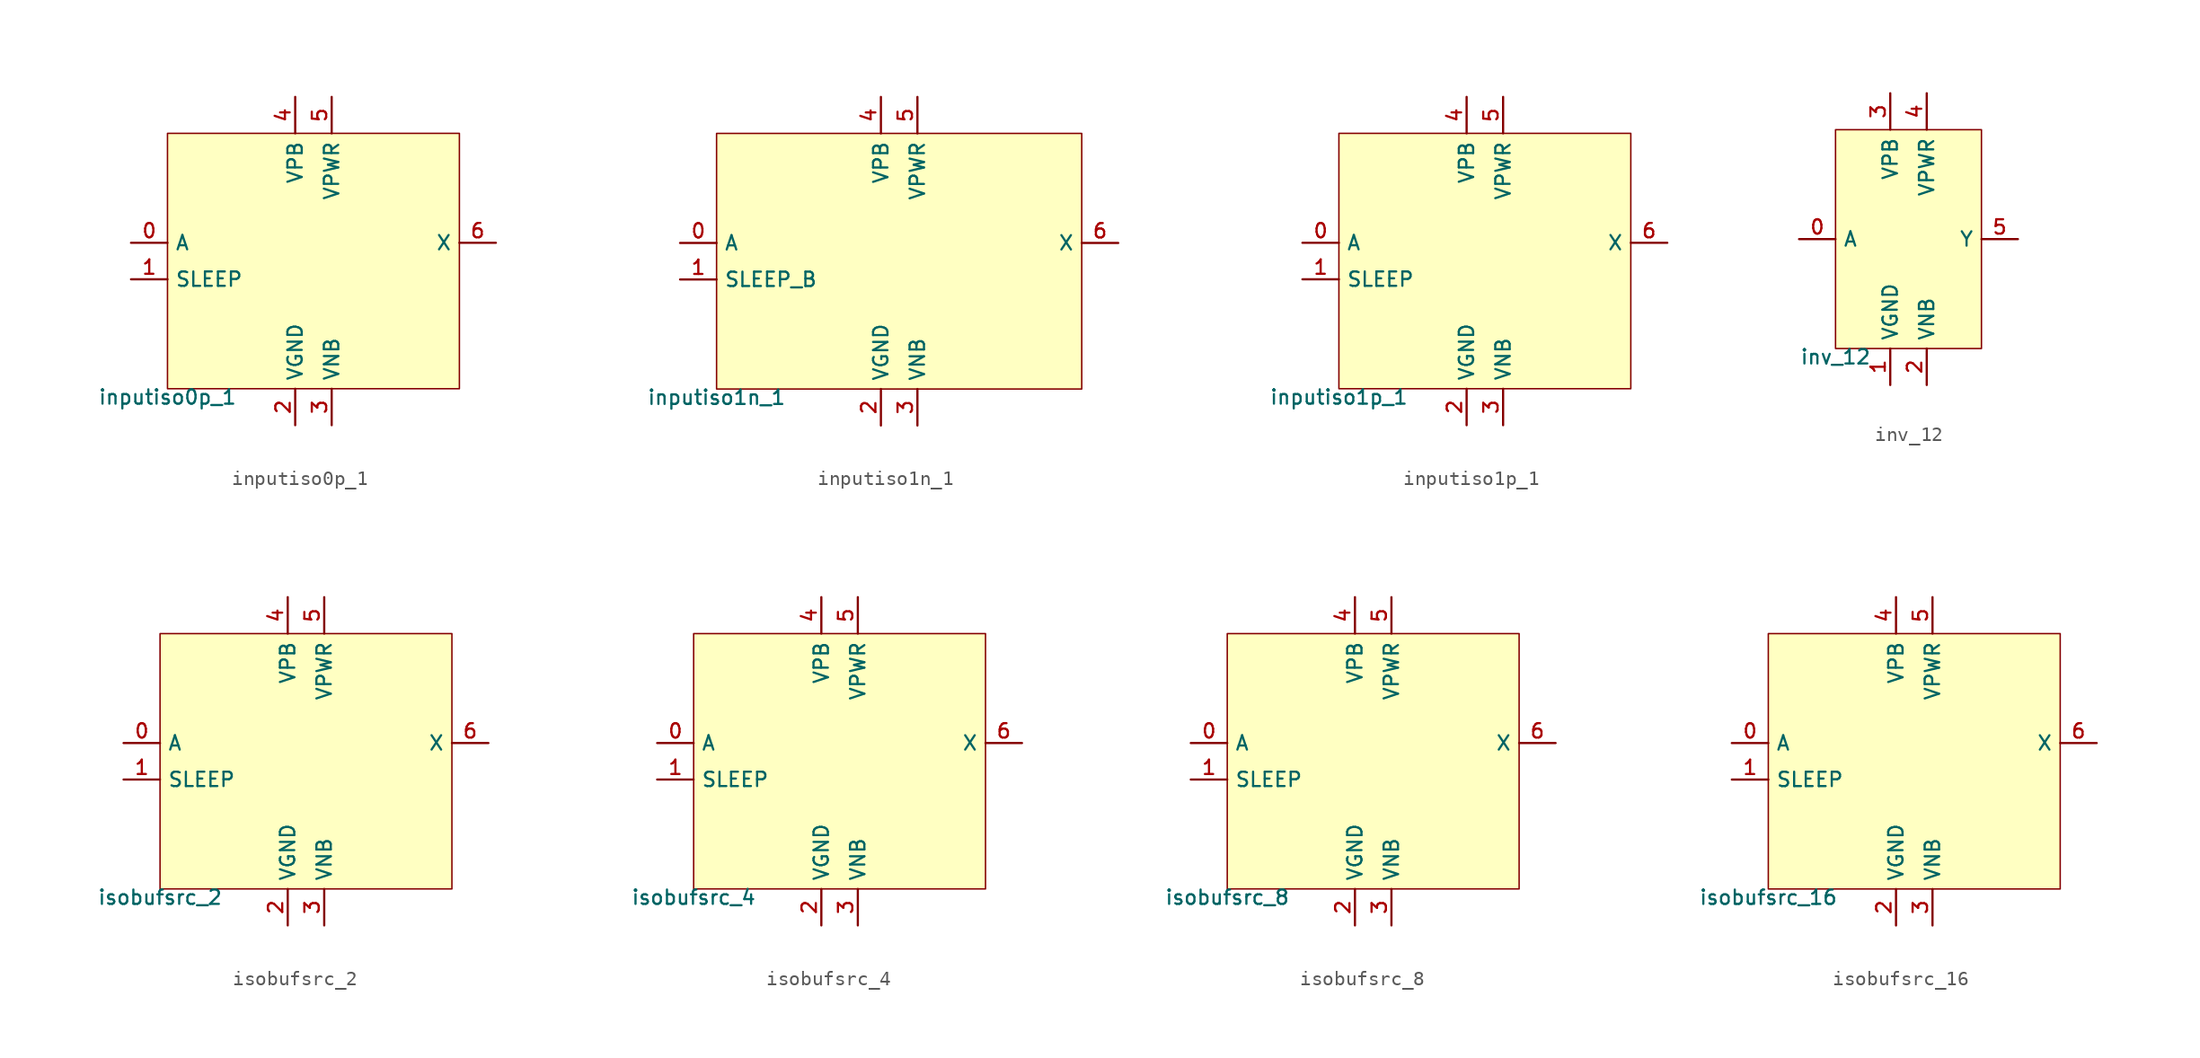
<source format=kicad_sym>
(kicad_symbol_lib
  (version 20211014)
  (generator lef2kicad_sym)
  (symbol "inputiso0p_1"
    (property "Reference" "CELL"
      (at 0 0 0)
      (effects (font (size 1 1)) hide))
    (property "Value" "inputiso0p_1"
      (at -10.16 -8.89 0)
      (effects (font (size 1 1)) (justify top)))
    (rectangle
      (start -10.16 -8.89)
      (end 10.16 8.89)
      (stroke (width 0.1) (type solid) (color 0 0 0 0))
      (fill (type background)))
    (pin input line
      (at -12.7 1.27 0)
      (length 2.54)
      (name "A" (effects (font (size 1 1)) hide))
      (number "0" (effects (font (size 1 1)) hide)))
    (pin input line
      (at -12.7 -1.27 0)
      (length 2.54)
      (name "SLEEP" (effects (font (size 1 1)) hide))
      (number "1" (effects (font (size 1 1)) hide)))
    (pin power_in line
      (at -1.27 -11.43 90)
      (length 2.54)
      (name "VGND" (effects (font (size 1 1)) hide))
      (number "2" (effects (font (size 1 1)) hide)))
    (pin power_in line
      (at 1.27 -11.43 90)
      (length 2.54)
      (name "VNB" (effects (font (size 1 1)) hide))
      (number "3" (effects (font (size 1 1)) hide)))
    (pin power_in line
      (at -1.27 11.43 270)
      (length 2.54)
      (name "VPB" (effects (font (size 1 1)) hide))
      (number "4" (effects (font (size 1 1)) hide)))
    (pin power_in line
      (at 1.27 11.43 270)
      (length 2.54)
      (name "VPWR" (effects (font (size 1 1)) hide))
      (number "5" (effects (font (size 1 1)) hide)))
    (pin output line
      (at 12.7 1.27 180)
      (length 2.54)
      (name "X" (effects (font (size 1 1)) hide))
      (number "6" (effects (font (size 1 1)) hide))))
  (symbol "inputiso1n_1"
    (property "Reference" "CELL"
      (at 0 0 0)
      (effects (font (size 1 1)) hide))
    (property "Value" "inputiso1n_1"
      (at -12.7 -8.89 0)
      (effects (font (size 1 1)) (justify top)))
    (rectangle
      (start -12.7 -8.89)
      (end 12.7 8.89)
      (stroke (width 0.1) (type solid) (color 0 0 0 0))
      (fill (type background)))
    (pin input line
      (at -15.24 1.27 0)
      (length 2.54)
      (name "A" (effects (font (size 1 1)) hide))
      (number "0" (effects (font (size 1 1)) hide)))
    (pin input line
      (at -15.24 -1.27 0)
      (length 2.54)
      (name "SLEEP_B" (effects (font (size 1 1)) hide))
      (number "1" (effects (font (size 1 1)) hide)))
    (pin power_in line
      (at -1.27 -11.43 90)
      (length 2.54)
      (name "VGND" (effects (font (size 1 1)) hide))
      (number "2" (effects (font (size 1 1)) hide)))
    (pin power_in line
      (at 1.27 -11.43 90)
      (length 2.54)
      (name "VNB" (effects (font (size 1 1)) hide))
      (number "3" (effects (font (size 1 1)) hide)))
    (pin power_in line
      (at -1.27 11.43 270)
      (length 2.54)
      (name "VPB" (effects (font (size 1 1)) hide))
      (number "4" (effects (font (size 1 1)) hide)))
    (pin power_in line
      (at 1.27 11.43 270)
      (length 2.54)
      (name "VPWR" (effects (font (size 1 1)) hide))
      (number "5" (effects (font (size 1 1)) hide)))
    (pin output line
      (at 15.24 1.27 180)
      (length 2.54)
      (name "X" (effects (font (size 1 1)) hide))
      (number "6" (effects (font (size 1 1)) hide))))
  (symbol "inputiso1p_1"
    (property "Reference" "CELL"
      (at 0 0 0)
      (effects (font (size 1 1)) hide))
    (property "Value" "inputiso1p_1"
      (at -10.16 -8.89 0)
      (effects (font (size 1 1)) (justify top)))
    (rectangle
      (start -10.16 -8.89)
      (end 10.16 8.89)
      (stroke (width 0.1) (type solid) (color 0 0 0 0))
      (fill (type background)))
    (pin input line
      (at -12.7 1.27 0)
      (length 2.54)
      (name "A" (effects (font (size 1 1)) hide))
      (number "0" (effects (font (size 1 1)) hide)))
    (pin input line
      (at -12.7 -1.27 0)
      (length 2.54)
      (name "SLEEP" (effects (font (size 1 1)) hide))
      (number "1" (effects (font (size 1 1)) hide)))
    (pin power_in line
      (at -1.27 -11.43 90)
      (length 2.54)
      (name "VGND" (effects (font (size 1 1)) hide))
      (number "2" (effects (font (size 1 1)) hide)))
    (pin power_in line
      (at 1.27 -11.43 90)
      (length 2.54)
      (name "VNB" (effects (font (size 1 1)) hide))
      (number "3" (effects (font (size 1 1)) hide)))
    (pin power_in line
      (at -1.27 11.43 270)
      (length 2.54)
      (name "VPB" (effects (font (size 1 1)) hide))
      (number "4" (effects (font (size 1 1)) hide)))
    (pin power_in line
      (at 1.27 11.43 270)
      (length 2.54)
      (name "VPWR" (effects (font (size 1 1)) hide))
      (number "5" (effects (font (size 1 1)) hide)))
    (pin output line
      (at 12.7 1.27 180)
      (length 2.54)
      (name "X" (effects (font (size 1 1)) hide))
      (number "6" (effects (font (size 1 1)) hide))))
  (symbol "inv_12"
    (property "Reference" "CELL"
      (at 0 0 0)
      (effects (font (size 1 1)) hide))
    (property "Value" "inv_12"
      (at -5.08 -7.62 0)
      (effects (font (size 1 1)) (justify top)))
    (rectangle
      (start -5.08 -7.62)
      (end 5.08 7.62)
      (stroke (width 0.1) (type solid) (color 0 0 0 0))
      (fill (type background)))
    (pin input line
      (at -7.62 0.0 0)
      (length 2.54)
      (name "A" (effects (font (size 1 1)) hide))
      (number "0" (effects (font (size 1 1)) hide)))
    (pin power_in line
      (at -1.27 -10.16 90)
      (length 2.54)
      (name "VGND" (effects (font (size 1 1)) hide))
      (number "1" (effects (font (size 1 1)) hide)))
    (pin power_in line
      (at 1.27 -10.16 90)
      (length 2.54)
      (name "VNB" (effects (font (size 1 1)) hide))
      (number "2" (effects (font (size 1 1)) hide)))
    (pin power_in line
      (at -1.27 10.16 270)
      (length 2.54)
      (name "VPB" (effects (font (size 1 1)) hide))
      (number "3" (effects (font (size 1 1)) hide)))
    (pin power_in line
      (at 1.27 10.16 270)
      (length 2.54)
      (name "VPWR" (effects (font (size 1 1)) hide))
      (number "4" (effects (font (size 1 1)) hide)))
    (pin output line
      (at 7.62 0.0 180)
      (length 2.54)
      (name "Y" (effects (font (size 1 1)) hide))
      (number "5" (effects (font (size 1 1)) hide))))
  (symbol "isobufsrc_2"
    (property "Reference" "CELL"
      (at 0 0 0)
      (effects (font (size 1 1)) hide))
    (property "Value" "isobufsrc_2"
      (at -10.16 -8.89 0)
      (effects (font (size 1 1)) (justify top)))
    (rectangle
      (start -10.16 -8.89)
      (end 10.16 8.89)
      (stroke (width 0.1) (type solid) (color 0 0 0 0))
      (fill (type background)))
    (pin input line
      (at -12.7 1.27 0)
      (length 2.54)
      (name "A" (effects (font (size 1 1)) hide))
      (number "0" (effects (font (size 1 1)) hide)))
    (pin input line
      (at -12.7 -1.27 0)
      (length 2.54)
      (name "SLEEP" (effects (font (size 1 1)) hide))
      (number "1" (effects (font (size 1 1)) hide)))
    (pin power_in line
      (at -1.27 -11.43 90)
      (length 2.54)
      (name "VGND" (effects (font (size 1 1)) hide))
      (number "2" (effects (font (size 1 1)) hide)))
    (pin power_in line
      (at 1.27 -11.43 90)
      (length 2.54)
      (name "VNB" (effects (font (size 1 1)) hide))
      (number "3" (effects (font (size 1 1)) hide)))
    (pin power_in line
      (at -1.27 11.43 270)
      (length 2.54)
      (name "VPB" (effects (font (size 1 1)) hide))
      (number "4" (effects (font (size 1 1)) hide)))
    (pin power_in line
      (at 1.27 11.43 270)
      (length 2.54)
      (name "VPWR" (effects (font (size 1 1)) hide))
      (number "5" (effects (font (size 1 1)) hide)))
    (pin output line
      (at 12.7 1.27 180)
      (length 2.54)
      (name "X" (effects (font (size 1 1)) hide))
      (number "6" (effects (font (size 1 1)) hide))))
  (symbol "isobufsrc_4"
    (property "Reference" "CELL"
      (at 0 0 0)
      (effects (font (size 1 1)) hide))
    (property "Value" "isobufsrc_4"
      (at -10.16 -8.89 0)
      (effects (font (size 1 1)) (justify top)))
    (rectangle
      (start -10.16 -8.89)
      (end 10.16 8.89)
      (stroke (width 0.1) (type solid) (color 0 0 0 0))
      (fill (type background)))
    (pin input line
      (at -12.7 1.27 0)
      (length 2.54)
      (name "A" (effects (font (size 1 1)) hide))
      (number "0" (effects (font (size 1 1)) hide)))
    (pin input line
      (at -12.7 -1.27 0)
      (length 2.54)
      (name "SLEEP" (effects (font (size 1 1)) hide))
      (number "1" (effects (font (size 1 1)) hide)))
    (pin power_in line
      (at -1.27 -11.43 90)
      (length 2.54)
      (name "VGND" (effects (font (size 1 1)) hide))
      (number "2" (effects (font (size 1 1)) hide)))
    (pin power_in line
      (at 1.27 -11.43 90)
      (length 2.54)
      (name "VNB" (effects (font (size 1 1)) hide))
      (number "3" (effects (font (size 1 1)) hide)))
    (pin power_in line
      (at -1.27 11.43 270)
      (length 2.54)
      (name "VPB" (effects (font (size 1 1)) hide))
      (number "4" (effects (font (size 1 1)) hide)))
    (pin power_in line
      (at 1.27 11.43 270)
      (length 2.54)
      (name "VPWR" (effects (font (size 1 1)) hide))
      (number "5" (effects (font (size 1 1)) hide)))
    (pin output line
      (at 12.7 1.27 180)
      (length 2.54)
      (name "X" (effects (font (size 1 1)) hide))
      (number "6" (effects (font (size 1 1)) hide))))
  (symbol "isobufsrc_8"
    (property "Reference" "CELL"
      (at 0 0 0)
      (effects (font (size 1 1)) hide))
    (property "Value" "isobufsrc_8"
      (at -10.16 -8.89 0)
      (effects (font (size 1 1)) (justify top)))
    (rectangle
      (start -10.16 -8.89)
      (end 10.16 8.89)
      (stroke (width 0.1) (type solid) (color 0 0 0 0))
      (fill (type background)))
    (pin input line
      (at -12.7 1.27 0)
      (length 2.54)
      (name "A" (effects (font (size 1 1)) hide))
      (number "0" (effects (font (size 1 1)) hide)))
    (pin input line
      (at -12.7 -1.27 0)
      (length 2.54)
      (name "SLEEP" (effects (font (size 1 1)) hide))
      (number "1" (effects (font (size 1 1)) hide)))
    (pin power_in line
      (at -1.27 -11.43 90)
      (length 2.54)
      (name "VGND" (effects (font (size 1 1)) hide))
      (number "2" (effects (font (size 1 1)) hide)))
    (pin power_in line
      (at 1.27 -11.43 90)
      (length 2.54)
      (name "VNB" (effects (font (size 1 1)) hide))
      (number "3" (effects (font (size 1 1)) hide)))
    (pin power_in line
      (at -1.27 11.43 270)
      (length 2.54)
      (name "VPB" (effects (font (size 1 1)) hide))
      (number "4" (effects (font (size 1 1)) hide)))
    (pin power_in line
      (at 1.27 11.43 270)
      (length 2.54)
      (name "VPWR" (effects (font (size 1 1)) hide))
      (number "5" (effects (font (size 1 1)) hide)))
    (pin output line
      (at 12.7 1.27 180)
      (length 2.54)
      (name "X" (effects (font (size 1 1)) hide))
      (number "6" (effects (font (size 1 1)) hide))))
  (symbol "isobufsrc_16"
    (property "Reference" "CELL"
      (at 0 0 0)
      (effects (font (size 1 1)) hide))
    (property "Value" "isobufsrc_16"
      (at -10.16 -8.89 0)
      (effects (font (size 1 1)) (justify top)))
    (rectangle
      (start -10.16 -8.89)
      (end 10.16 8.89)
      (stroke (width 0.1) (type solid) (color 0 0 0 0))
      (fill (type background)))
    (pin input line
      (at -12.7 1.27 0)
      (length 2.54)
      (name "A" (effects (font (size 1 1)) hide))
      (number "0" (effects (font (size 1 1)) hide)))
    (pin input line
      (at -12.7 -1.27 0)
      (length 2.54)
      (name "SLEEP" (effects (font (size 1 1)) hide))
      (number "1" (effects (font (size 1 1)) hide)))
    (pin power_in line
      (at -1.27 -11.43 90)
      (length 2.54)
      (name "VGND" (effects (font (size 1 1)) hide))
      (number "2" (effects (font (size 1 1)) hide)))
    (pin power_in line
      (at 1.27 -11.43 90)
      (length 2.54)
      (name "VNB" (effects (font (size 1 1)) hide))
      (number "3" (effects (font (size 1 1)) hide)))
    (pin power_in line
      (at -1.27 11.43 270)
      (length 2.54)
      (name "VPB" (effects (font (size 1 1)) hide))
      (number "4" (effects (font (size 1 1)) hide)))
    (pin power_in line
      (at 1.27 11.43 270)
      (length 2.54)
      (name "VPWR" (effects (font (size 1 1)) hide))
      (number "5" (effects (font (size 1 1)) hide)))
    (pin output line
      (at 12.7 1.27 180)
      (length 2.54)
      (name "X" (effects (font (size 1 1)) hide))
      (number "6" (effects (font (size 1 1)) hide)))))
</source>
